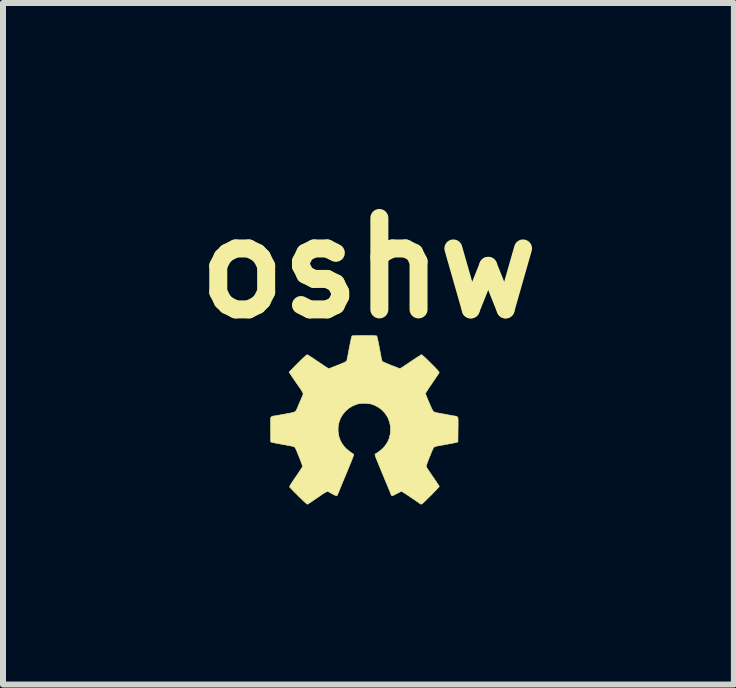
<source format=kicad_pcb>
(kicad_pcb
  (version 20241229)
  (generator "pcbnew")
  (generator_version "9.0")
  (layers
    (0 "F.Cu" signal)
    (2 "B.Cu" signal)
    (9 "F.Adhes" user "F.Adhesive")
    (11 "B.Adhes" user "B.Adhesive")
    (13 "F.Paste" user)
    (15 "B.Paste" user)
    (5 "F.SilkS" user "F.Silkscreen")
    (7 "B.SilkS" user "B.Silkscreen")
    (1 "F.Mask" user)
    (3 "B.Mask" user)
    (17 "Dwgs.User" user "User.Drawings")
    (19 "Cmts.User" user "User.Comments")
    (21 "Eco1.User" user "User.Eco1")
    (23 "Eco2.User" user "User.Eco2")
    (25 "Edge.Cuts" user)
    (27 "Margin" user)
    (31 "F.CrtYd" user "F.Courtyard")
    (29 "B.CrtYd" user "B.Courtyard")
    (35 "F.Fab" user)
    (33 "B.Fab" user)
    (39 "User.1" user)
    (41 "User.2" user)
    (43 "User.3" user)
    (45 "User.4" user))
  (footprint "oshw"
    (layer "F.Cu")
    (at 3.092 3.958)
    (property "Reference" "oshw" (at 0 -2.54 0) (layer "F.SilkS") (effects (font (size 1.524 1.524) (thickness 0.3))))
    (attr through_hole)
    (fp_poly (pts (xy -0.032 -1.415) (xy 0.014 -1.414) (xy 0.056 -1.414) (xy 0.091 -1.413) (xy 0.118 -1.411) (xy 0.133 -1.41) (xy 0.136 -1.409) (xy 0.14 -1.4) (xy 0.147 -1.378) (xy 0.155 -1.343) (xy 0.165 -1.297) (xy 0.176 -1.241) (xy 0.188 -1.177) (xy 0.202 -1.104) (xy 0.211 -1.049) (xy 0.218 -1.017) (xy 0.225 -0.995) (xy 0.237 -0.981) (xy 0.253 -0.971) (xy 0.26 -0.968) (xy 0.292 -0.955) (xy 0.329 -0.939) (xy 0.368 -0.923) (xy 0.408 -0.908) (xy 0.446 -0.893) (xy 0.479 -0.88) (xy 0.504 -0.87) (xy 0.521 -0.865) (xy 0.525 -0.864) (xy 0.533 -0.868) (xy 0.552 -0.879) (xy 0.579 -0.896) (xy 0.613 -0.919) (xy 0.653 -0.945) (xy 0.696 -0.975) (xy 0.704 -0.98) (xy 0.748 -1.01) (xy 0.789 -1.037) (xy 0.825 -1.06) (xy 0.853 -1.078) (xy 0.874 -1.091) (xy 0.884 -1.096) (xy 0.885 -1.096) (xy 0.893 -1.091) (xy 0.91 -1.077) (xy 0.934 -1.055) (xy 0.964 -1.027) (xy 0.998 -0.994) (xy 1.036 -0.956) (xy 1.04 -0.951) (xy 1.083 -0.909) (xy 1.116 -0.875) (xy 1.141 -0.849) (xy 1.159 -0.829) (xy 1.17 -0.815) (xy 1.176 -0.805) (xy 1.178 -0.798) (xy 1.177 -0.793) (xy 1.177 -0.793) (xy 1.17 -0.783) (xy 1.157 -0.763) (xy 1.138 -0.735) (xy 1.115 -0.7) (xy 1.087 -0.66) (xy 1.06 -0.62) (xy 1.031 -0.577) (xy 1.004 -0.538) (xy 0.982 -0.503) (xy 0.965 -0.476) (xy 0.954 -0.457) (xy 0.951 -0.448) (xy 0.953 -0.438) (xy 0.961 -0.416) (xy 0.973 -0.386) (xy 0.988 -0.349) (xy 1.006 -0.307) (xy 1.013 -0.291) (xy 1.034 -0.242) (xy 1.05 -0.205) (xy 1.064 -0.178) (xy 1.076 -0.159) (xy 1.089 -0.146) (xy 1.104 -0.137) (xy 1.123 -0.131) (xy 1.148 -0.126) (xy 1.179 -0.121) (xy 1.213 -0.114) (xy 1.256 -0.106) (xy 1.301 -0.098) (xy 1.338 -0.091) (xy 1.375 -0.084) (xy 1.407 -0.078) (xy 1.433 -0.074) (xy 1.447 -0.073) (xy 1.448 -0.073) (xy 1.466 -0.068) (xy 1.48 -0.06) (xy 1.484 -0.056) (xy 1.488 -0.051) (xy 1.491 -0.043) (xy 1.492 -0.031) (xy 1.494 -0.012) (xy 1.494 0.014) (xy 1.494 0.049) (xy 1.494 0.096) (xy 1.493 0.155) (xy 1.493 0.156) (xy 1.491 0.359) (xy 1.455 0.368) (xy 1.425 0.375) (xy 1.392 0.382) (xy 1.379 0.384) (xy 1.352 0.389) (xy 1.318 0.395) (xy 1.283 0.402) (xy 1.277 0.403) (xy 1.239 0.41) (xy 1.197 0.417) (xy 1.159 0.424) (xy 1.158 0.424) (xy 1.124 0.432) (xy 1.1 0.441) (xy 1.089 0.448) (xy 1.082 0.458) (xy 1.072 0.48) (xy 1.058 0.511) (xy 1.042 0.549) (xy 1.025 0.592) (xy 1.017 0.611) (xy 0.997 0.661) (xy 0.983 0.699) (xy 0.973 0.727) (xy 0.966 0.747) (xy 0.964 0.761) (xy 0.964 0.771) (xy 0.966 0.778) (xy 0.966 0.778) (xy 0.972 0.789) (xy 0.986 0.809) (xy 1.005 0.838) (xy 1.029 0.873) (xy 1.055 0.913) (xy 1.075 0.942) (xy 1.104 0.983) (xy 1.129 1.021) (xy 1.15 1.053) (xy 1.167 1.077) (xy 1.177 1.093) (xy 1.18 1.098) (xy 1.176 1.105) (xy 1.163 1.121) (xy 1.141 1.145) (xy 1.114 1.174) (xy 1.081 1.208) (xy 1.044 1.246) (xy 1.035 1.254) (xy 0.991 1.298) (xy 0.957 1.332) (xy 0.93 1.357) (xy 0.91 1.375) (xy 0.895 1.387) (xy 0.885 1.394) (xy 0.878 1.396) (xy 0.873 1.395) (xy 0.864 1.389) (xy 0.844 1.376) (xy 0.816 1.357) (xy 0.782 1.333) (xy 0.742 1.306) (xy 0.711 1.285) (xy 0.67 1.257) (xy 0.632 1.232) (xy 0.599 1.211) (xy 0.574 1.195) (xy 0.557 1.185) (xy 0.551 1.183) (xy 0.54 1.186) (xy 0.52 1.195) (xy 0.493 1.209) (xy 0.467 1.222) (xy 0.434 1.24) (xy 0.409 1.251) (xy 0.393 1.256) (xy 0.388 1.255) (xy 0.381 1.245) (xy 0.373 1.227) (xy 0.371 1.221) (xy 0.362 1.197) (xy 0.353 1.174) (xy 0.352 1.172) (xy 0.346 1.16) (xy 0.337 1.136) (xy 0.323 1.103) (xy 0.306 1.062) (xy 0.286 1.015) (xy 0.265 0.965) (xy 0.261 0.954) (xy 0.238 0.899) (xy 0.215 0.843) (xy 0.193 0.79) (xy 0.173 0.742) (xy 0.157 0.701) (xy 0.145 0.673) (xy 0.127 0.628) (xy 0.115 0.595) (xy 0.11 0.573) (xy 0.11 0.562) (xy 0.114 0.559) (xy 0.122 0.555) (xy 0.139 0.544) (xy 0.161 0.529) (xy 0.184 0.511) (xy 0.207 0.494) (xy 0.226 0.479) (xy 0.231 0.475) (xy 0.249 0.457) (xy 0.271 0.43) (xy 0.293 0.4) (xy 0.312 0.371) (xy 0.319 0.359) (xy 0.346 0.299) (xy 0.362 0.23) (xy 0.368 0.177) (xy 0.366 0.097) (xy 0.35 0.022) (xy 0.322 -0.049) (xy 0.282 -0.112) (xy 0.232 -0.169) (xy 0.171 -0.216) (xy 0.102 -0.253) (xy 0.047 -0.273) (xy 0.006 -0.281) (xy -0.044 -0.285) (xy -0.096 -0.285) (xy -0.145 -0.281) (xy -0.185 -0.273) (xy -0.26 -0.244) (xy -0.327 -0.204) (xy -0.384 -0.154) (xy -0.431 -0.097) (xy -0.468 -0.033) (xy -0.493 0.037) (xy -0.506 0.111) (xy -0.506 0.187) (xy -0.493 0.266) (xy -0.478 0.312) (xy -0.459 0.355) (xy -0.431 0.4) (xy -0.399 0.442) (xy -0.367 0.476) (xy -0.361 0.48) (xy -0.336 0.501) (xy -0.309 0.521) (xy -0.285 0.539) (xy -0.266 0.552) (xy -0.254 0.558) (xy -0.253 0.559) (xy -0.248 0.565) (xy -0.247 0.572) (xy -0.25 0.583) (xy -0.258 0.608) (xy -0.272 0.644) (xy -0.29 0.691) (xy -0.314 0.75) (xy -0.342 0.818) (xy -0.374 0.896) (xy -0.406 0.972) (xy -0.426 1.019) (xy -0.446 1.067) (xy -0.464 1.111) (xy -0.479 1.15) (xy -0.49 1.176) (xy -0.502 1.206) (xy -0.513 1.231) (xy -0.521 1.248) (xy -0.524 1.253) (xy -0.531 1.256) (xy -0.545 1.252) (xy -0.569 1.242) (xy -0.594 1.229) (xy -0.621 1.214) (xy -0.645 1.201) (xy -0.66 1.192) (xy -0.664 1.189) (xy -0.673 1.184) (xy -0.686 1.184) (xy -0.703 1.191) (xy -0.727 1.204) (xy -0.76 1.224) (xy -0.802 1.253) (xy -0.802 1.253) (xy -0.851 1.287) (xy -0.897 1.318) (xy -0.938 1.346) (xy -0.972 1.369) (xy -0.998 1.386) (xy -1.014 1.396) (xy -1.015 1.397) (xy -1.022 1.394) (xy -1.038 1.383) (xy -1.062 1.362) (xy -1.095 1.331) (xy -1.137 1.29) (xy -1.166 1.262) (xy -1.203 1.224) (xy -1.238 1.19) (xy -1.267 1.16) (xy -1.291 1.135) (xy -1.307 1.118) (xy -1.314 1.11) (xy -1.314 1.11) (xy -1.314 1.103) (xy -1.308 1.089) (xy -1.297 1.069) (xy -1.279 1.04) (xy -1.254 1.002) (xy -1.22 0.953) (xy -1.218 0.95) (xy -1.189 0.908) (xy -1.163 0.869) (xy -1.14 0.835) (xy -1.122 0.807) (xy -1.11 0.789) (xy -1.106 0.782) (xy -1.103 0.775) (xy -1.101 0.767) (xy -1.102 0.756) (xy -1.106 0.741) (xy -1.113 0.719) (xy -1.124 0.69) (xy -1.139 0.65) (xy -1.155 0.611) (xy -1.173 0.567) (xy -1.189 0.526) (xy -1.204 0.492) (xy -1.216 0.466) (xy -1.224 0.451) (xy -1.226 0.448) (xy -1.241 0.439) (xy -1.267 0.431) (xy -1.296 0.424) (xy -1.333 0.418) (xy -1.375 0.41) (xy -1.414 0.403) (xy -1.415 0.403) (xy -1.45 0.396) (xy -1.485 0.39) (xy -1.513 0.385) (xy -1.517 0.384) (xy -1.548 0.378) (xy -1.581 0.371) (xy -1.593 0.368) (xy -1.629 0.359) (xy -1.631 0.156) (xy -1.632 0.096) (xy -1.632 0.05) (xy -1.632 0.014) (xy -1.631 -0.012) (xy -1.63 -0.03) (xy -1.628 -0.043) (xy -1.626 -0.051) (xy -1.622 -0.056) (xy -1.618 -0.06) (xy -1.618 -0.06) (xy -1.6 -0.07) (xy -1.586 -0.073) (xy -1.573 -0.074) (xy -1.549 -0.078) (xy -1.518 -0.083) (xy -1.481 -0.09) (xy -1.476 -0.091) (xy -1.433 -0.099) (xy -1.388 -0.107) (xy -1.346 -0.115) (xy -1.317 -0.12) (xy -1.277 -0.128) (xy -1.247 -0.135) (xy -1.227 -0.144) (xy -1.211 -0.158) (xy -1.199 -0.178) (xy -1.186 -0.206) (xy -1.176 -0.23) (xy -1.16 -0.269) (xy -1.142 -0.311) (xy -1.125 -0.349) (xy -1.116 -0.369) (xy -1.104 -0.398) (xy -1.094 -0.423) (xy -1.089 -0.442) (xy -1.089 -0.446) (xy -1.093 -0.458) (xy -1.104 -0.48) (xy -1.12 -0.507) (xy -1.14 -0.537) (xy -1.141 -0.538) (xy -1.173 -0.584) (xy -1.205 -0.63) (xy -1.235 -0.673) (xy -1.262 -0.713) (xy -1.284 -0.747) (xy -1.301 -0.772) (xy -1.309 -0.784) (xy -1.323 -0.806) (xy -1.179 -0.951) (xy -1.141 -0.989) (xy -1.106 -1.023) (xy -1.075 -1.052) (xy -1.05 -1.074) (xy -1.032 -1.089) (xy -1.023 -1.096) (xy -1.023 -1.096) (xy -1.014 -1.092) (xy -0.994 -1.081) (xy -0.967 -1.063) (xy -0.932 -1.041) (xy -0.892 -1.014) (xy -0.848 -0.984) (xy -0.841 -0.98) (xy -0.797 -0.95) (xy -0.757 -0.923) (xy -0.722 -0.899) (xy -0.693 -0.881) (xy -0.674 -0.869) (xy -0.664 -0.864) (xy -0.663 -0.864) (xy -0.654 -0.866) (xy -0.634 -0.873) (xy -0.606 -0.884) (xy -0.571 -0.898) (xy -0.532 -0.913) (xy -0.492 -0.929) (xy -0.453 -0.945) (xy -0.417 -0.96) (xy -0.398 -0.968) (xy -0.379 -0.979) (xy -0.365 -0.99) (xy -0.364 -0.992) (xy -0.36 -1.004) (xy -0.354 -1.027) (xy -0.348 -1.058) (xy -0.342 -1.089) (xy -0.327 -1.17) (xy -0.314 -1.237) (xy -0.303 -1.292) (xy -0.294 -1.335) (xy -0.287 -1.368) (xy -0.281 -1.391) (xy -0.276 -1.404) (xy -0.273 -1.41) (xy -0.264 -1.411) (xy -0.242 -1.412) (xy -0.21 -1.413) (xy -0.171 -1.414) (xy -0.127 -1.415) (xy -0.08 -1.415) (xy -0.032 -1.415)) (stroke (width 0.01) (type solid)) (fill yes) (layer "F.SilkS")))
  (gr_rect
    (start -3 -3)
    (end 9.183 8.36)
    (stroke (width 0.1) (type default))
    (fill no)
    (layer "Edge.Cuts")))
</source>
